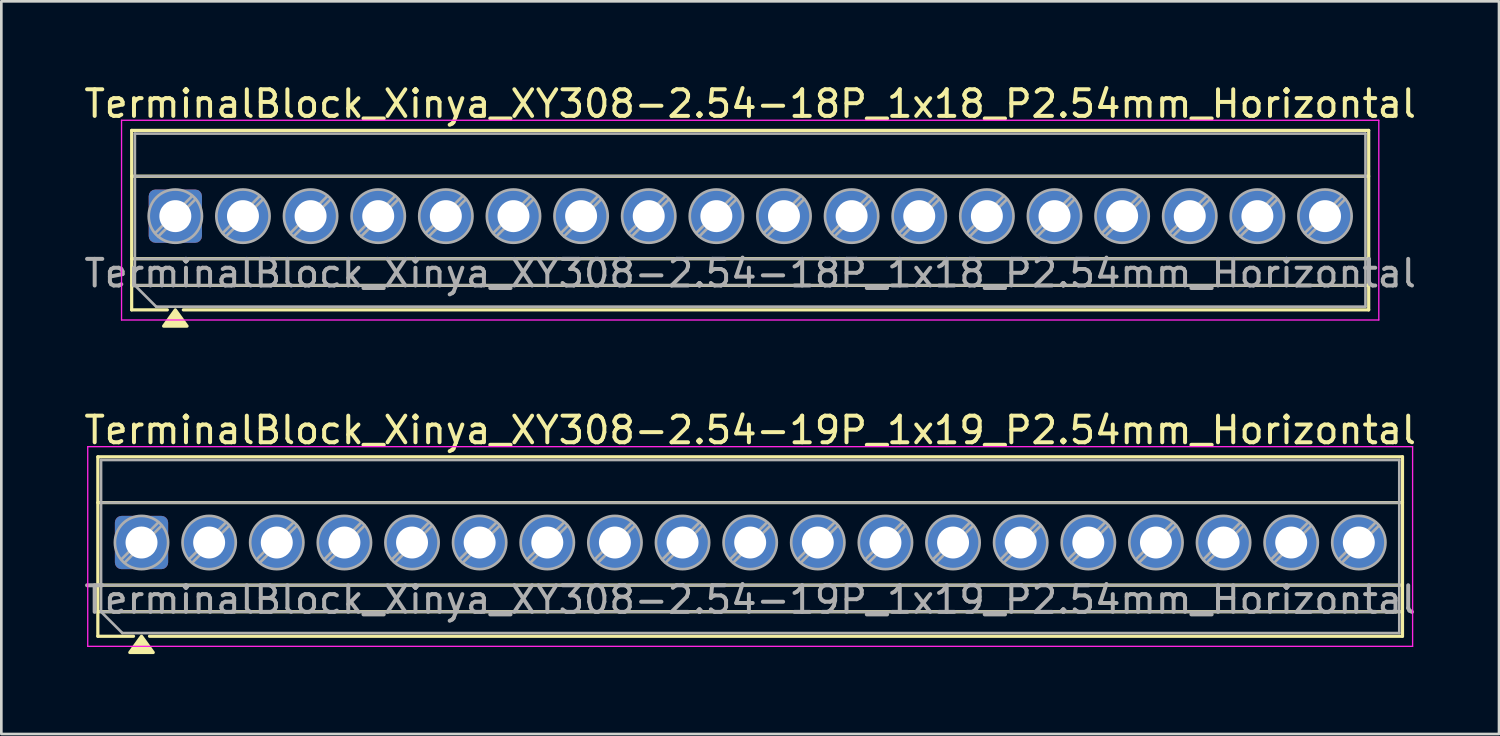
<source format=kicad_pcb>
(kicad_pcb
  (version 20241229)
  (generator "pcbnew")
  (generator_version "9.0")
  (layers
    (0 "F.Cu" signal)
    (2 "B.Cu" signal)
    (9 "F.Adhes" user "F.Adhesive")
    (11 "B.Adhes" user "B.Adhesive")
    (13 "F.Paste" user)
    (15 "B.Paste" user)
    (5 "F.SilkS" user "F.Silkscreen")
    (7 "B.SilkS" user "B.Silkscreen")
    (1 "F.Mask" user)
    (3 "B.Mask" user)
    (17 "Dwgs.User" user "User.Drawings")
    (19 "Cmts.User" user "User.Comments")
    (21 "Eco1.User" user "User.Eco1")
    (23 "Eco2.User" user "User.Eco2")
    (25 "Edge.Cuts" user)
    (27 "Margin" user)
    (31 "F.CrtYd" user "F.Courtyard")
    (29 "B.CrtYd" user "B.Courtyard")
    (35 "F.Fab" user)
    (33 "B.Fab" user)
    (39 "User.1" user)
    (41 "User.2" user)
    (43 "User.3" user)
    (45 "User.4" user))
  (footprint "TerminalBlock_Xinya_XY308-2.54-19P_1x19_P2.54mm_Horizontal"
    (layer "F.Cu")
    (at 2.265 17.326)
    (property "Reference" "TerminalBlock_Xinya_XY308-2.54-19P_1x19_P2.54mm_Horizontal" (at 22.86 -4.22 0) (layer "F.SilkS") (effects (font (size 1 1) (thickness 0.15))))
    (attr through_hole)
    (fp_line (start -1.64 -3.22) (end -1.64 3.52) (stroke (width 0.12) (type solid)) (layer "F.SilkS"))
    (fp_line (start -1.64 -3.22) (end 47.36 -3.22) (stroke (width 0.12) (type solid)) (layer "F.SilkS"))
    (fp_line (start -1.64 -1.5) (end 47.36 -1.5) (stroke (width 0.12) (type solid)) (layer "F.SilkS"))
    (fp_line (start -1.64 1.6) (end 47.36 1.6) (stroke (width 0.12) (type solid)) (layer "F.SilkS"))
    (fp_line (start -1.64 2.6) (end 47.36 2.6) (stroke (width 0.12) (type solid)) (layer "F.SilkS"))
    (fp_line (start -1.64 3.52) (end -0.3 3.52) (stroke (width 0.12) (type solid)) (layer "F.SilkS"))
    (fp_line (start 0.3 3.52) (end 47.36 3.52) (stroke (width 0.12) (type solid)) (layer "F.SilkS"))
    (fp_line (start 47.36 -3.22) (end 47.36 3.52) (stroke (width 0.12) (type solid)) (layer "F.SilkS"))
    (fp_poly (pts (xy 0 3.52) (xy 0.44 4.13) (xy -0.44 4.13)) (stroke (width 0.12) (type solid)) (fill yes) (layer "F.SilkS"))
    (fp_line (start -2.02 -3.6) (end -2.02 3.9) (stroke (width 0.05) (type solid)) (layer "F.CrtYd"))
    (fp_line (start -2.02 3.9) (end 47.74 3.9) (stroke (width 0.05) (type solid)) (layer "F.CrtYd"))
    (fp_line (start 47.74 -3.6) (end -2.02 -3.6) (stroke (width 0.05) (type solid)) (layer "F.CrtYd"))
    (fp_line (start 47.74 3.9) (end 47.74 -3.6) (stroke (width 0.05) (type solid)) (layer "F.CrtYd"))
    (fp_line (start -1.52 -3.1) (end 47.24 -3.1) (stroke (width 0.1) (type solid)) (layer "F.Fab"))
    (fp_line (start -1.52 -1.5) (end 47.24 -1.5) (stroke (width 0.1) (type solid)) (layer "F.Fab"))
    (fp_line (start -1.52 1.6) (end 47.24 1.6) (stroke (width 0.1) (type solid)) (layer "F.Fab"))
    (fp_line (start -1.52 2.6) (end -1.52 -3.1) (stroke (width 0.1) (type solid)) (layer "F.Fab"))
    (fp_line (start -1.52 2.6) (end 47.24 2.6) (stroke (width 0.1) (type solid)) (layer "F.Fab"))
    (fp_line (start -0.72 3.4) (end -1.52 2.6) (stroke (width 0.1) (type solid)) (layer "F.Fab"))
    (fp_line (start 0.636 -0.758) (end -0.758 0.636) (stroke (width 0.1) (type solid)) (layer "F.Fab"))
    (fp_line (start 0.758 -0.636) (end -0.636 0.758) (stroke (width 0.1) (type solid)) (layer "F.Fab"))
    (fp_line (start 3.176 -0.758) (end 1.782 0.636) (stroke (width 0.1) (type solid)) (layer "F.Fab"))
    (fp_line (start 3.298 -0.636) (end 1.904 0.758) (stroke (width 0.1) (type solid)) (layer "F.Fab"))
    (fp_line (start 5.716 -0.758) (end 4.322 0.636) (stroke (width 0.1) (type solid)) (layer "F.Fab"))
    (fp_line (start 5.838 -0.636) (end 4.444 0.758) (stroke (width 0.1) (type solid)) (layer "F.Fab"))
    (fp_line (start 8.256 -0.758) (end 6.862 0.636) (stroke (width 0.1) (type solid)) (layer "F.Fab"))
    (fp_line (start 8.378 -0.636) (end 6.984 0.758) (stroke (width 0.1) (type solid)) (layer "F.Fab"))
    (fp_line (start 10.796 -0.758) (end 9.402 0.636) (stroke (width 0.1) (type solid)) (layer "F.Fab"))
    (fp_line (start 10.918 -0.636) (end 9.524 0.758) (stroke (width 0.1) (type solid)) (layer "F.Fab"))
    (fp_line (start 13.336 -0.758) (end 11.942 0.636) (stroke (width 0.1) (type solid)) (layer "F.Fab"))
    (fp_line (start 13.458 -0.636) (end 12.064 0.758) (stroke (width 0.1) (type solid)) (layer "F.Fab"))
    (fp_line (start 15.876 -0.758) (end 14.482 0.636) (stroke (width 0.1) (type solid)) (layer "F.Fab"))
    (fp_line (start 15.998 -0.636) (end 14.604 0.758) (stroke (width 0.1) (type solid)) (layer "F.Fab"))
    (fp_line (start 18.416 -0.758) (end 17.022 0.636) (stroke (width 0.1) (type solid)) (layer "F.Fab"))
    (fp_line (start 18.538 -0.636) (end 17.144 0.758) (stroke (width 0.1) (type solid)) (layer "F.Fab"))
    (fp_line (start 20.956 -0.758) (end 19.562 0.636) (stroke (width 0.1) (type solid)) (layer "F.Fab"))
    (fp_line (start 21.078 -0.636) (end 19.684 0.758) (stroke (width 0.1) (type solid)) (layer "F.Fab"))
    (fp_line (start 23.496 -0.758) (end 22.102 0.636) (stroke (width 0.1) (type solid)) (layer "F.Fab"))
    (fp_line (start 23.618 -0.636) (end 22.224 0.758) (stroke (width 0.1) (type solid)) (layer "F.Fab"))
    (fp_line (start 26.036 -0.758) (end 24.642 0.636) (stroke (width 0.1) (type solid)) (layer "F.Fab"))
    (fp_line (start 26.158 -0.636) (end 24.764 0.758) (stroke (width 0.1) (type solid)) (layer "F.Fab"))
    (fp_line (start 28.576 -0.758) (end 27.182 0.636) (stroke (width 0.1) (type solid)) (layer "F.Fab"))
    (fp_line (start 28.698 -0.636) (end 27.304 0.758) (stroke (width 0.1) (type solid)) (layer "F.Fab"))
    (fp_line (start 31.116 -0.758) (end 29.722 0.636) (stroke (width 0.1) (type solid)) (layer "F.Fab"))
    (fp_line (start 31.238 -0.636) (end 29.844 0.758) (stroke (width 0.1) (type solid)) (layer "F.Fab"))
    (fp_line (start 33.656 -0.758) (end 32.262 0.636) (stroke (width 0.1) (type solid)) (layer "F.Fab"))
    (fp_line (start 33.778 -0.636) (end 32.384 0.758) (stroke (width 0.1) (type solid)) (layer "F.Fab"))
    (fp_line (start 36.196 -0.758) (end 34.802 0.636) (stroke (width 0.1) (type solid)) (layer "F.Fab"))
    (fp_line (start 36.318 -0.636) (end 34.924 0.758) (stroke (width 0.1) (type solid)) (layer "F.Fab"))
    (fp_line (start 38.736 -0.758) (end 37.342 0.636) (stroke (width 0.1) (type solid)) (layer "F.Fab"))
    (fp_line (start 38.858 -0.636) (end 37.464 0.758) (stroke (width 0.1) (type solid)) (layer "F.Fab"))
    (fp_line (start 41.276 -0.758) (end 39.882 0.636) (stroke (width 0.1) (type solid)) (layer "F.Fab"))
    (fp_line (start 41.398 -0.636) (end 40.004 0.758) (stroke (width 0.1) (type solid)) (layer "F.Fab"))
    (fp_line (start 43.816 -0.758) (end 42.422 0.636) (stroke (width 0.1) (type solid)) (layer "F.Fab"))
    (fp_line (start 43.938 -0.636) (end 42.544 0.758) (stroke (width 0.1) (type solid)) (layer "F.Fab"))
    (fp_line (start 46.356 -0.758) (end 44.962 0.636) (stroke (width 0.1) (type solid)) (layer "F.Fab"))
    (fp_line (start 46.478 -0.636) (end 45.084 0.758) (stroke (width 0.1) (type solid)) (layer "F.Fab"))
    (fp_line (start 47.24 -3.1) (end 47.24 3.4) (stroke (width 0.1) (type solid)) (layer "F.Fab"))
    (fp_line (start 47.24 3.4) (end -0.72 3.4) (stroke (width 0.1) (type solid)) (layer "F.Fab"))
    (fp_circle (center 0 0) (end 1 0) (stroke (width 0.1) (type solid)) (fill no) (layer "F.Fab"))
    (fp_circle (center 2.54 0) (end 3.54 0) (stroke (width 0.1) (type solid)) (fill no) (layer "F.Fab"))
    (fp_circle (center 5.08 0) (end 6.08 0) (stroke (width 0.1) (type solid)) (fill no) (layer "F.Fab"))
    (fp_circle (center 7.62 0) (end 8.62 0) (stroke (width 0.1) (type solid)) (fill no) (layer "F.Fab"))
    (fp_circle (center 10.16 0) (end 11.16 0) (stroke (width 0.1) (type solid)) (fill no) (layer "F.Fab"))
    (fp_circle (center 12.7 0) (end 13.7 0) (stroke (width 0.1) (type solid)) (fill no) (layer "F.Fab"))
    (fp_circle (center 15.24 0) (end 16.24 0) (stroke (width 0.1) (type solid)) (fill no) (layer "F.Fab"))
    (fp_circle (center 17.78 0) (end 18.78 0) (stroke (width 0.1) (type solid)) (fill no) (layer "F.Fab"))
    (fp_circle (center 20.32 0) (end 21.32 0) (stroke (width 0.1) (type solid)) (fill no) (layer "F.Fab"))
    (fp_circle (center 22.86 0) (end 23.86 0) (stroke (width 0.1) (type solid)) (fill no) (layer "F.Fab"))
    (fp_circle (center 25.4 0) (end 26.4 0) (stroke (width 0.1) (type solid)) (fill no) (layer "F.Fab"))
    (fp_circle (center 27.94 0) (end 28.94 0) (stroke (width 0.1) (type solid)) (fill no) (layer "F.Fab"))
    (fp_circle (center 30.48 0) (end 31.48 0) (stroke (width 0.1) (type solid)) (fill no) (layer "F.Fab"))
    (fp_circle (center 33.02 0) (end 34.02 0) (stroke (width 0.1) (type solid)) (fill no) (layer "F.Fab"))
    (fp_circle (center 35.56 0) (end 36.56 0) (stroke (width 0.1) (type solid)) (fill no) (layer "F.Fab"))
    (fp_circle (center 38.1 0) (end 39.1 0) (stroke (width 0.1) (type solid)) (fill no) (layer "F.Fab"))
    (fp_circle (center 40.64 0) (end 41.64 0) (stroke (width 0.1) (type solid)) (fill no) (layer "F.Fab"))
    (fp_circle (center 43.18 0) (end 44.18 0) (stroke (width 0.1) (type solid)) (fill no) (layer "F.Fab"))
    (fp_circle (center 45.72 0) (end 46.72 0) (stroke (width 0.1) (type solid)) (fill no) (layer "F.Fab"))
    (fp_text user "${REFERENCE}" (at 22.86 2.15 0) (layer "F.Fab") (effects (font (size 1 1) (thickness 0.15))))
    (pad "1" thru_hole roundrect (at 0 0) (size 2 2) (drill 1.2) (layers "*.Cu" "*.Mask") (roundrect_rratio 0.125))
    (pad "2" thru_hole circle (at 2.54 0) (size 2 2) (drill 1.2) (layers "*.Cu" "*.Mask"))
    (pad "3" thru_hole circle (at 5.08 0) (size 2 2) (drill 1.2) (layers "*.Cu" "*.Mask"))
    (pad "4" thru_hole circle (at 7.62 0) (size 2 2) (drill 1.2) (layers "*.Cu" "*.Mask"))
    (pad "5" thru_hole circle (at 10.16 0) (size 2 2) (drill 1.2) (layers "*.Cu" "*.Mask"))
    (pad "6" thru_hole circle (at 12.7 0) (size 2 2) (drill 1.2) (layers "*.Cu" "*.Mask"))
    (pad "7" thru_hole circle (at 15.24 0) (size 2 2) (drill 1.2) (layers "*.Cu" "*.Mask"))
    (pad "8" thru_hole circle (at 17.78 0) (size 2 2) (drill 1.2) (layers "*.Cu" "*.Mask"))
    (pad "9" thru_hole circle (at 20.32 0) (size 2 2) (drill 1.2) (layers "*.Cu" "*.Mask"))
    (pad "10" thru_hole circle (at 22.86 0) (size 2 2) (drill 1.2) (layers "*.Cu" "*.Mask"))
    (pad "11" thru_hole circle (at 25.4 0) (size 2 2) (drill 1.2) (layers "*.Cu" "*.Mask"))
    (pad "12" thru_hole circle (at 27.94 0) (size 2 2) (drill 1.2) (layers "*.Cu" "*.Mask"))
    (pad "13" thru_hole circle (at 30.48 0) (size 2 2) (drill 1.2) (layers "*.Cu" "*.Mask"))
    (pad "14" thru_hole circle (at 33.02 0) (size 2 2) (drill 1.2) (layers "*.Cu" "*.Mask"))
    (pad "15" thru_hole circle (at 35.56 0) (size 2 2) (drill 1.2) (layers "*.Cu" "*.Mask"))
    (pad "16" thru_hole circle (at 38.1 0) (size 2 2) (drill 1.2) (layers "*.Cu" "*.Mask"))
    (pad "17" thru_hole circle (at 40.64 0) (size 2 2) (drill 1.2) (layers "*.Cu" "*.Mask"))
    (pad "18" thru_hole circle (at 43.18 0) (size 2 2) (drill 1.2) (layers "*.Cu" "*.Mask"))
    (pad "19" thru_hole circle (at 45.72 0) (size 2 2) (drill 1.2) (layers "*.Cu" "*.Mask")))
  (footprint "TerminalBlock_Xinya_XY308-2.54-18P_1x18_P2.54mm_Horizontal"
    (layer "F.Cu")
    (at 3.535 5.068)
    (property "Reference" "TerminalBlock_Xinya_XY308-2.54-18P_1x18_P2.54mm_Horizontal" (at 21.59 -4.22 0) (layer "F.SilkS") (effects (font (size 1 1) (thickness 0.15))))
    (attr through_hole)
    (fp_line (start -1.64 -3.22) (end -1.64 3.52) (stroke (width 0.12) (type solid)) (layer "F.SilkS"))
    (fp_line (start -1.64 -3.22) (end 44.82 -3.22) (stroke (width 0.12) (type solid)) (layer "F.SilkS"))
    (fp_line (start -1.64 -1.5) (end 44.82 -1.5) (stroke (width 0.12) (type solid)) (layer "F.SilkS"))
    (fp_line (start -1.64 1.6) (end 44.82 1.6) (stroke (width 0.12) (type solid)) (layer "F.SilkS"))
    (fp_line (start -1.64 2.6) (end 44.82 2.6) (stroke (width 0.12) (type solid)) (layer "F.SilkS"))
    (fp_line (start -1.64 3.52) (end -0.3 3.52) (stroke (width 0.12) (type solid)) (layer "F.SilkS"))
    (fp_line (start 0.3 3.52) (end 44.82 3.52) (stroke (width 0.12) (type solid)) (layer "F.SilkS"))
    (fp_line (start 44.82 -3.22) (end 44.82 3.52) (stroke (width 0.12) (type solid)) (layer "F.SilkS"))
    (fp_poly (pts (xy 0 3.52) (xy 0.44 4.13) (xy -0.44 4.13)) (stroke (width 0.12) (type solid)) (fill yes) (layer "F.SilkS"))
    (fp_line (start -2.02 -3.6) (end -2.02 3.9) (stroke (width 0.05) (type solid)) (layer "F.CrtYd"))
    (fp_line (start -2.02 3.9) (end 45.2 3.9) (stroke (width 0.05) (type solid)) (layer "F.CrtYd"))
    (fp_line (start 45.2 -3.6) (end -2.02 -3.6) (stroke (width 0.05) (type solid)) (layer "F.CrtYd"))
    (fp_line (start 45.2 3.9) (end 45.2 -3.6) (stroke (width 0.05) (type solid)) (layer "F.CrtYd"))
    (fp_line (start -1.52 -3.1) (end 44.7 -3.1) (stroke (width 0.1) (type solid)) (layer "F.Fab"))
    (fp_line (start -1.52 -1.5) (end 44.7 -1.5) (stroke (width 0.1) (type solid)) (layer "F.Fab"))
    (fp_line (start -1.52 1.6) (end 44.7 1.6) (stroke (width 0.1) (type solid)) (layer "F.Fab"))
    (fp_line (start -1.52 2.6) (end -1.52 -3.1) (stroke (width 0.1) (type solid)) (layer "F.Fab"))
    (fp_line (start -1.52 2.6) (end 44.7 2.6) (stroke (width 0.1) (type solid)) (layer "F.Fab"))
    (fp_line (start -0.72 3.4) (end -1.52 2.6) (stroke (width 0.1) (type solid)) (layer "F.Fab"))
    (fp_line (start 0.636 -0.758) (end -0.758 0.636) (stroke (width 0.1) (type solid)) (layer "F.Fab"))
    (fp_line (start 0.758 -0.636) (end -0.636 0.758) (stroke (width 0.1) (type solid)) (layer "F.Fab"))
    (fp_line (start 3.176 -0.758) (end 1.782 0.636) (stroke (width 0.1) (type solid)) (layer "F.Fab"))
    (fp_line (start 3.298 -0.636) (end 1.904 0.758) (stroke (width 0.1) (type solid)) (layer "F.Fab"))
    (fp_line (start 5.716 -0.758) (end 4.322 0.636) (stroke (width 0.1) (type solid)) (layer "F.Fab"))
    (fp_line (start 5.838 -0.636) (end 4.444 0.758) (stroke (width 0.1) (type solid)) (layer "F.Fab"))
    (fp_line (start 8.256 -0.758) (end 6.862 0.636) (stroke (width 0.1) (type solid)) (layer "F.Fab"))
    (fp_line (start 8.378 -0.636) (end 6.984 0.758) (stroke (width 0.1) (type solid)) (layer "F.Fab"))
    (fp_line (start 10.796 -0.758) (end 9.402 0.636) (stroke (width 0.1) (type solid)) (layer "F.Fab"))
    (fp_line (start 10.918 -0.636) (end 9.524 0.758) (stroke (width 0.1) (type solid)) (layer "F.Fab"))
    (fp_line (start 13.336 -0.758) (end 11.942 0.636) (stroke (width 0.1) (type solid)) (layer "F.Fab"))
    (fp_line (start 13.458 -0.636) (end 12.064 0.758) (stroke (width 0.1) (type solid)) (layer "F.Fab"))
    (fp_line (start 15.876 -0.758) (end 14.482 0.636) (stroke (width 0.1) (type solid)) (layer "F.Fab"))
    (fp_line (start 15.998 -0.636) (end 14.604 0.758) (stroke (width 0.1) (type solid)) (layer "F.Fab"))
    (fp_line (start 18.416 -0.758) (end 17.022 0.636) (stroke (width 0.1) (type solid)) (layer "F.Fab"))
    (fp_line (start 18.538 -0.636) (end 17.144 0.758) (stroke (width 0.1) (type solid)) (layer "F.Fab"))
    (fp_line (start 20.956 -0.758) (end 19.562 0.636) (stroke (width 0.1) (type solid)) (layer "F.Fab"))
    (fp_line (start 21.078 -0.636) (end 19.684 0.758) (stroke (width 0.1) (type solid)) (layer "F.Fab"))
    (fp_line (start 23.496 -0.758) (end 22.102 0.636) (stroke (width 0.1) (type solid)) (layer "F.Fab"))
    (fp_line (start 23.618 -0.636) (end 22.224 0.758) (stroke (width 0.1) (type solid)) (layer "F.Fab"))
    (fp_line (start 26.036 -0.758) (end 24.642 0.636) (stroke (width 0.1) (type solid)) (layer "F.Fab"))
    (fp_line (start 26.158 -0.636) (end 24.764 0.758) (stroke (width 0.1) (type solid)) (layer "F.Fab"))
    (fp_line (start 28.576 -0.758) (end 27.182 0.636) (stroke (width 0.1) (type solid)) (layer "F.Fab"))
    (fp_line (start 28.698 -0.636) (end 27.304 0.758) (stroke (width 0.1) (type solid)) (layer "F.Fab"))
    (fp_line (start 31.116 -0.758) (end 29.722 0.636) (stroke (width 0.1) (type solid)) (layer "F.Fab"))
    (fp_line (start 31.238 -0.636) (end 29.844 0.758) (stroke (width 0.1) (type solid)) (layer "F.Fab"))
    (fp_line (start 33.656 -0.758) (end 32.262 0.636) (stroke (width 0.1) (type solid)) (layer "F.Fab"))
    (fp_line (start 33.778 -0.636) (end 32.384 0.758) (stroke (width 0.1) (type solid)) (layer "F.Fab"))
    (fp_line (start 36.196 -0.758) (end 34.802 0.636) (stroke (width 0.1) (type solid)) (layer "F.Fab"))
    (fp_line (start 36.318 -0.636) (end 34.924 0.758) (stroke (width 0.1) (type solid)) (layer "F.Fab"))
    (fp_line (start 38.736 -0.758) (end 37.342 0.636) (stroke (width 0.1) (type solid)) (layer "F.Fab"))
    (fp_line (start 38.858 -0.636) (end 37.464 0.758) (stroke (width 0.1) (type solid)) (layer "F.Fab"))
    (fp_line (start 41.276 -0.758) (end 39.882 0.636) (stroke (width 0.1) (type solid)) (layer "F.Fab"))
    (fp_line (start 41.398 -0.636) (end 40.004 0.758) (stroke (width 0.1) (type solid)) (layer "F.Fab"))
    (fp_line (start 43.816 -0.758) (end 42.422 0.636) (stroke (width 0.1) (type solid)) (layer "F.Fab"))
    (fp_line (start 43.938 -0.636) (end 42.544 0.758) (stroke (width 0.1) (type solid)) (layer "F.Fab"))
    (fp_line (start 44.7 -3.1) (end 44.7 3.4) (stroke (width 0.1) (type solid)) (layer "F.Fab"))
    (fp_line (start 44.7 3.4) (end -0.72 3.4) (stroke (width 0.1) (type solid)) (layer "F.Fab"))
    (fp_circle (center 0 0) (end 1 0) (stroke (width 0.1) (type solid)) (fill no) (layer "F.Fab"))
    (fp_circle (center 2.54 0) (end 3.54 0) (stroke (width 0.1) (type solid)) (fill no) (layer "F.Fab"))
    (fp_circle (center 5.08 0) (end 6.08 0) (stroke (width 0.1) (type solid)) (fill no) (layer "F.Fab"))
    (fp_circle (center 7.62 0) (end 8.62 0) (stroke (width 0.1) (type solid)) (fill no) (layer "F.Fab"))
    (fp_circle (center 10.16 0) (end 11.16 0) (stroke (width 0.1) (type solid)) (fill no) (layer "F.Fab"))
    (fp_circle (center 12.7 0) (end 13.7 0) (stroke (width 0.1) (type solid)) (fill no) (layer "F.Fab"))
    (fp_circle (center 15.24 0) (end 16.24 0) (stroke (width 0.1) (type solid)) (fill no) (layer "F.Fab"))
    (fp_circle (center 17.78 0) (end 18.78 0) (stroke (width 0.1) (type solid)) (fill no) (layer "F.Fab"))
    (fp_circle (center 20.32 0) (end 21.32 0) (stroke (width 0.1) (type solid)) (fill no) (layer "F.Fab"))
    (fp_circle (center 22.86 0) (end 23.86 0) (stroke (width 0.1) (type solid)) (fill no) (layer "F.Fab"))
    (fp_circle (center 25.4 0) (end 26.4 0) (stroke (width 0.1) (type solid)) (fill no) (layer "F.Fab"))
    (fp_circle (center 27.94 0) (end 28.94 0) (stroke (width 0.1) (type solid)) (fill no) (layer "F.Fab"))
    (fp_circle (center 30.48 0) (end 31.48 0) (stroke (width 0.1) (type solid)) (fill no) (layer "F.Fab"))
    (fp_circle (center 33.02 0) (end 34.02 0) (stroke (width 0.1) (type solid)) (fill no) (layer "F.Fab"))
    (fp_circle (center 35.56 0) (end 36.56 0) (stroke (width 0.1) (type solid)) (fill no) (layer "F.Fab"))
    (fp_circle (center 38.1 0) (end 39.1 0) (stroke (width 0.1) (type solid)) (fill no) (layer "F.Fab"))
    (fp_circle (center 40.64 0) (end 41.64 0) (stroke (width 0.1) (type solid)) (fill no) (layer "F.Fab"))
    (fp_circle (center 43.18 0) (end 44.18 0) (stroke (width 0.1) (type solid)) (fill no) (layer "F.Fab"))
    (fp_text user "${REFERENCE}" (at 21.59 2.15 0) (layer "F.Fab") (effects (font (size 1 1) (thickness 0.15))))
    (pad "1" thru_hole roundrect (at 0 0) (size 2 2) (drill 1.2) (layers "*.Cu" "*.Mask") (roundrect_rratio 0.125))
    (pad "2" thru_hole circle (at 2.54 0) (size 2 2) (drill 1.2) (layers "*.Cu" "*.Mask"))
    (pad "3" thru_hole circle (at 5.08 0) (size 2 2) (drill 1.2) (layers "*.Cu" "*.Mask"))
    (pad "4" thru_hole circle (at 7.62 0) (size 2 2) (drill 1.2) (layers "*.Cu" "*.Mask"))
    (pad "5" thru_hole circle (at 10.16 0) (size 2 2) (drill 1.2) (layers "*.Cu" "*.Mask"))
    (pad "6" thru_hole circle (at 12.7 0) (size 2 2) (drill 1.2) (layers "*.Cu" "*.Mask"))
    (pad "7" thru_hole circle (at 15.24 0) (size 2 2) (drill 1.2) (layers "*.Cu" "*.Mask"))
    (pad "8" thru_hole circle (at 17.78 0) (size 2 2) (drill 1.2) (layers "*.Cu" "*.Mask"))
    (pad "9" thru_hole circle (at 20.32 0) (size 2 2) (drill 1.2) (layers "*.Cu" "*.Mask"))
    (pad "10" thru_hole circle (at 22.86 0) (size 2 2) (drill 1.2) (layers "*.Cu" "*.Mask"))
    (pad "11" thru_hole circle (at 25.4 0) (size 2 2) (drill 1.2) (layers "*.Cu" "*.Mask"))
    (pad "12" thru_hole circle (at 27.94 0) (size 2 2) (drill 1.2) (layers "*.Cu" "*.Mask"))
    (pad "13" thru_hole circle (at 30.48 0) (size 2 2) (drill 1.2) (layers "*.Cu" "*.Mask"))
    (pad "14" thru_hole circle (at 33.02 0) (size 2 2) (drill 1.2) (layers "*.Cu" "*.Mask"))
    (pad "15" thru_hole circle (at 35.56 0) (size 2 2) (drill 1.2) (layers "*.Cu" "*.Mask"))
    (pad "16" thru_hole circle (at 38.1 0) (size 2 2) (drill 1.2) (layers "*.Cu" "*.Mask"))
    (pad "17" thru_hole circle (at 40.64 0) (size 2 2) (drill 1.2) (layers "*.Cu" "*.Mask"))
    (pad "18" thru_hole circle (at 43.18 0) (size 2 2) (drill 1.2) (layers "*.Cu" "*.Mask")))
  (gr_rect
    (start -3 -3)
    (end 53.25 24.517)
    (stroke (width 0.1) (type default))
    (fill no)
    (layer "Edge.Cuts")))
</source>
